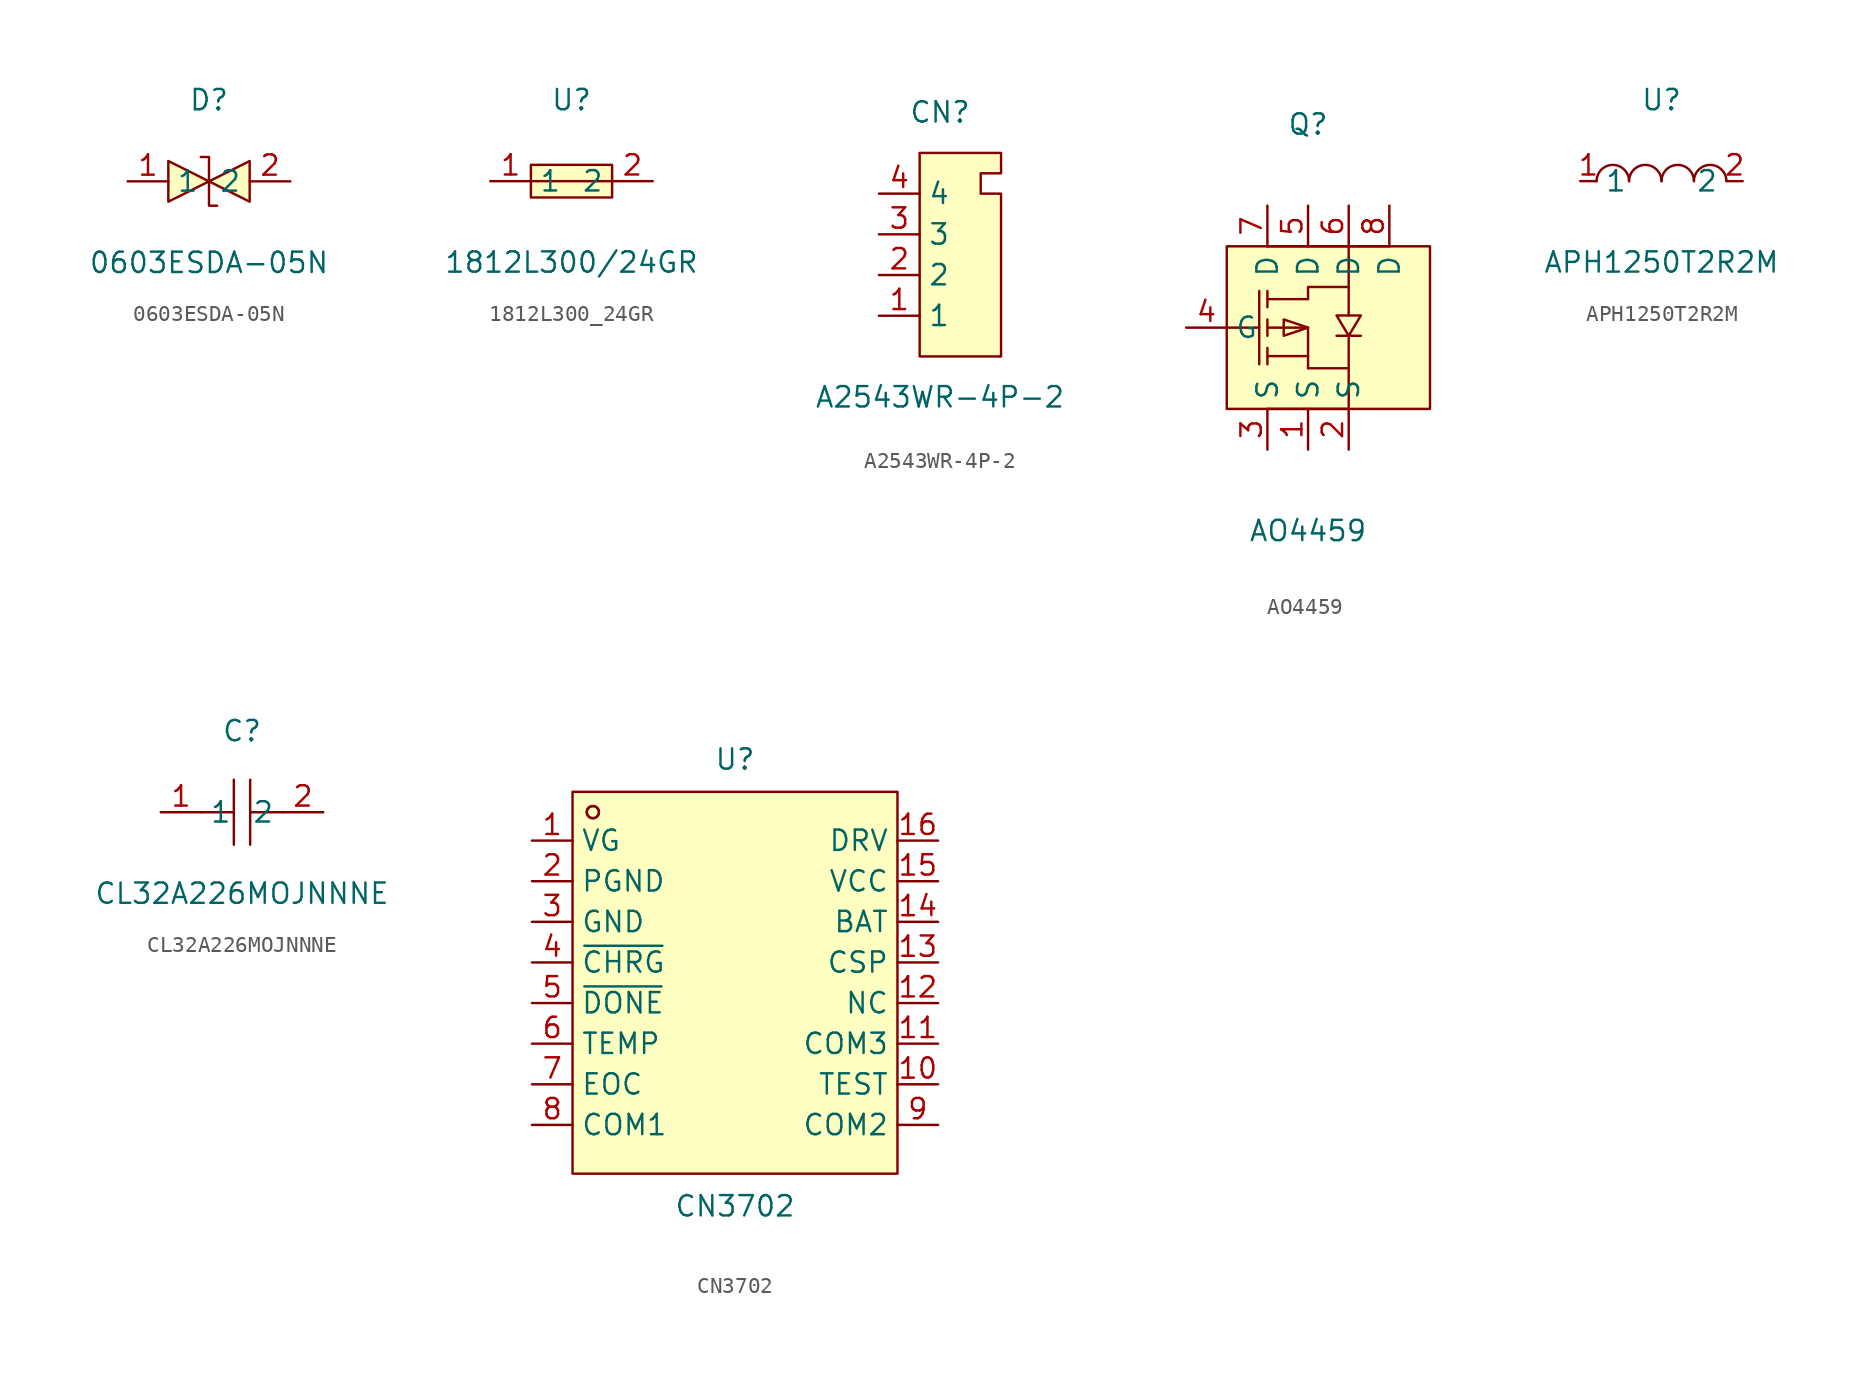
<source format=kicad_sym>
(kicad_symbol_lib
  (version 20241209)
  (generator "kicad_symbol_editor")
  (generator_version "9.0")
  (symbol "0603ESDA-05N"
    (property "Reference" "D"
      (at 0 5.08 0)
      (effects (font (size 1.27 1.27))))
    (property "Value" "0603ESDA-05N"
      (at 0 -5.08 0)
      (effects (font (size 1.27 1.27))))
    (symbol "0603ESDA-05N_0_1"
      (polyline (pts (xy -2.54 1.27) (xy 0 0) (xy -2.54 -1.27) (xy -2.54 1.27)) (stroke (width 0) (type default)) (fill (type background)))
      (polyline (pts (xy -0.51 1.52) (xy -0.51 1.52) (xy 0 1.52) (xy 0 -1.52) (xy 0.51 -1.52) (xy 0.51 -1.52)) (stroke (width 0) (type default)) (fill (type none)))
      (polyline (pts (xy 2.54 1.27) (xy 0 0) (xy 2.54 -1.27) (xy 2.54 1.27)) (stroke (width 0) (type default)) (fill (type background)))
      (pin unspecified line (at -5.08 0 0) (length 2.54) (name "1" (effects (font (size 1.27 1.27)))) (number "1" (effects (font (size 1.27 1.27)))))
      (pin unspecified line (at 5.08 0 180) (length 2.54) (name "2" (effects (font (size 1.27 1.27)))) (number "2" (effects (font (size 1.27 1.27)))))))
  (symbol "1812L300_24GR"
    (property "Reference" "U"
      (at 0 5.08 0)
      (effects (font (size 1.27 1.27))))
    (property "Value" "1812L300/24GR"
      (at 0 -5.08 0)
      (effects (font (size 1.27 1.27))))
    (symbol "1812L300_24GR_0_1"
      (rectangle (start -2.54 1.02) (end 2.54 -1.02) (stroke (width 0) (type default)) (fill (type background)))
      (polyline (pts (xy -2.54 0) (xy 2.54 0)) (stroke (width 0) (type default)) (fill (type none)))
      (pin unspecified line (at -5.08 0 0) (length 2.54) (name "1" (effects (font (size 1.27 1.27)))) (number "1" (effects (font (size 1.27 1.27)))))
      (pin unspecified line (at 5.08 0 180) (length 2.54) (name "2" (effects (font (size 1.27 1.27)))) (number "2" (effects (font (size 1.27 1.27)))))))
  (symbol "A2543WR-4P-2"
    (property "Reference" "CN"
      (at 0 8.89 0)
      (effects (font (size 1.27 1.27))))
    (property "Value" "A2543WR-4P-2"
      (at 0 -8.89 0)
      (effects (font (size 1.27 1.27))))
    (symbol "A2543WR-4P-2_0_1"
      (polyline (pts (xy -1.27 6.35) (xy -1.27 -6.35) (xy 3.81 -6.35) (xy 3.81 3.81) (xy 2.54 3.81) (xy 2.54 5.08) (xy 3.81 5.08) (xy 3.81 6.35) (xy -1.27 6.35)) (stroke (width 0) (type default)) (fill (type background)))
      (pin unspecified line (at -3.81 3.81 0) (length 2.54) (name "4" (effects (font (size 1.27 1.27)))) (number "4" (effects (font (size 1.27 1.27)))))
      (pin unspecified line (at -3.81 1.27 0) (length 2.54) (name "3" (effects (font (size 1.27 1.27)))) (number "3" (effects (font (size 1.27 1.27)))))
      (pin unspecified line (at -3.81 -1.27 0) (length 2.54) (name "2" (effects (font (size 1.27 1.27)))) (number "2" (effects (font (size 1.27 1.27)))))
      (pin unspecified line (at -3.81 -3.81 0) (length 2.54) (name "1" (effects (font (size 1.27 1.27)))) (number "1" (effects (font (size 1.27 1.27)))))))
  (symbol "AO4459"
    (property "Reference" "Q"
      (at 0 12.7 0)
      (effects (font (size 1.27 1.27))))
    (property "Value" "AO4459"
      (at 0 -12.7 0)
      (effects (font (size 1.27 1.27))))
    (symbol "AO4459_0_1"
      (rectangle (start -5.08 5.08) (end 7.62 -5.08) (stroke (width 0) (type default)) (fill (type background)))
      (polyline (pts (xy -5.08 0) (xy -3.05 0)) (stroke (width 0) (type default)) (fill (type none)))
      (polyline (pts (xy -3.05 2.29) (xy -3.05 -2.29)) (stroke (width 0) (type default)) (fill (type none)))
      (polyline (pts (xy -2.54 1.27) (xy -2.54 2.29)) (stroke (width 0) (type default)) (fill (type none)))
      (polyline (pts (xy -2.54 0) (xy 0 0) (xy 0 -2.54)) (stroke (width 0) (type default)) (fill (type none)))
      (polyline (pts (xy -2.54 -0.51) (xy -2.54 0.51)) (stroke (width 0) (type default)) (fill (type none)))
      (polyline (pts (xy -2.54 -2.29) (xy -2.54 -1.27)) (stroke (width 0) (type default)) (fill (type none)))
      (polyline (pts (xy 0 1.78) (xy -2.54 1.78)) (stroke (width 0) (type default)) (fill (type none)))
      (polyline (pts (xy 0 1.78) (xy 0 2.54) (xy 2.54 2.54) (xy 2.54 0.76)) (stroke (width 0) (type default)) (fill (type none)))
      (polyline (pts (xy 0 0) (xy -1.52 0.51) (xy -1.52 -0.51) (xy 0 0)) (stroke (width 0) (type default)) (fill (type background)))
      (polyline (pts (xy 0 -1.78) (xy -2.54 -1.78)) (stroke (width 0) (type default)) (fill (type none)))
      (polyline (pts (xy 0 -2.54) (xy 2.54 -2.54) (xy 2.54 -0.51)) (stroke (width 0) (type default)) (fill (type none)))
      (polyline (pts (xy 2.54 2.54) (xy 2.54 5.08)) (stroke (width 0) (type default)) (fill (type none)))
      (polyline (pts (xy 2.54 -0.51) (xy 3.3 0.76) (xy 1.78 0.76) (xy 2.54 -0.51)) (stroke (width 0) (type default)) (fill (type background)))
      (polyline (pts (xy 2.54 -5.08) (xy -2.54 -5.08)) (stroke (width 0) (type default)) (fill (type none)))
      (polyline (pts (xy 2.54 -5.08) (xy 2.54 -2.54)) (stroke (width 0) (type default)) (fill (type none)))
      (polyline (pts (xy 3.3 -0.51) (xy 3.05 -0.51) (xy 2.03 -0.51) (xy 1.78 -0.51)) (stroke (width 0) (type default)) (fill (type none)))
      (polyline (pts (xy 5.08 5.08) (xy -2.54 5.08)) (stroke (width 0) (type default)) (fill (type none)))
      (pin unspecified line (at -7.62 0 0) (length 2.54) (name "G" (effects (font (size 1.27 1.27)))) (number "4" (effects (font (size 1.27 1.27)))))
      (pin unspecified line (at -2.54 7.62 270) (length 2.54) (name "D" (effects (font (size 1.27 1.27)))) (number "7" (effects (font (size 1.27 1.27)))))
      (pin unspecified line (at -2.54 -7.62 90) (length 2.54) (name "S" (effects (font (size 1.27 1.27)))) (number "3" (effects (font (size 1.27 1.27)))))
      (pin unspecified line (at 0 7.62 270) (length 2.54) (name "D" (effects (font (size 1.27 1.27)))) (number "5" (effects (font (size 1.27 1.27)))))
      (pin unspecified line (at 0 -7.62 90) (length 2.54) (name "S" (effects (font (size 1.27 1.27)))) (number "1" (effects (font (size 1.27 1.27)))))
      (pin unspecified line (at 2.54 7.62 270) (length 2.54) (name "D" (effects (font (size 1.27 1.27)))) (number "6" (effects (font (size 1.27 1.27)))))
      (pin unspecified line (at 2.54 -7.62 90) (length 2.54) (name "S" (effects (font (size 1.27 1.27)))) (number "2" (effects (font (size 1.27 1.27)))))
      (pin unspecified line (at 5.08 7.62 270) (length 2.54) (name "D" (effects (font (size 1.27 1.27)))) (number "8" (effects (font (size 1.27 1.27)))))))
  (symbol "APH1250T2R2M"
    (property "Reference" "U"
      (at 0 5.08 0)
      (effects (font (size 1.27 1.27))))
    (property "Value" "APH1250T2R2M"
      (at 0 -5.08 0)
      (effects (font (size 1.27 1.27))))
    (symbol "APH1250T2R2M_0_1"
      (arc (start -4.06 -0.01) (mid -2.83 0.99) (end -2.03 0.01) (stroke (width 0) (type default)) (fill (type none)))
      (arc (start -2.03 -0.01) (mid -0.8 0.99) (end 0 0.01) (stroke (width 0) (type default)) (fill (type none)))
      (arc (start 0 -0.01) (mid 1.23 0.99) (end 2.03 0.01) (stroke (width 0) (type default)) (fill (type none)))
      (arc (start 2.03 -0.01) (mid 3.26 0.99) (end 4.06 0.01) (stroke (width 0) (type default)) (fill (type none)))
      (pin unspecified line (at -5.08 0 0) (length 1.016) (name "1" (effects (font (size 1.27 1.27)))) (number "1" (effects (font (size 1.27 1.27)))))
      (pin unspecified line (at 5.08 0 180) (length 1.016) (name "2" (effects (font (size 1.27 1.27)))) (number "2" (effects (font (size 1.27 1.27)))))))
  (symbol "CL32A226MOJNNNE"
    (property "Reference" "C"
      (at 0 5.08 0)
      (effects (font (size 1.27 1.27))))
    (property "Value" "CL32A226MOJNNNE"
      (at 0 -5.08 0)
      (effects (font (size 1.27 1.27))))
    (symbol "CL32A226MOJNNNE_0_1"
      (polyline (pts (xy -0.51 0) (xy -2.54 0)) (stroke (width 0) (type default)) (fill (type none)))
      (polyline (pts (xy -0.51 -2.03) (xy -0.51 2.03)) (stroke (width 0) (type default)) (fill (type none)))
      (polyline (pts (xy 0.51 2.03) (xy 0.51 -2.03)) (stroke (width 0) (type default)) (fill (type none)))
      (polyline (pts (xy 2.54 0) (xy 0.51 0)) (stroke (width 0) (type default)) (fill (type none)))
      (pin unspecified line (at -5.08 0 0) (length 2.54) (name "1" (effects (font (size 1.27 1.27)))) (number "1" (effects (font (size 1.27 1.27)))))
      (pin unspecified line (at 5.08 0 180) (length 2.54) (name "2" (effects (font (size 1.27 1.27)))) (number "2" (effects (font (size 1.27 1.27)))))))
  (symbol "CN3702"
    (property "Reference" "U"
      (at 0 13.97 0)
      (effects (font (size 1.27 1.27))))
    (property "Value" "CN3702"
      (at 0 -13.97 0)
      (effects (font (size 1.27 1.27))))
    (symbol "CN3702_0_1"
      (rectangle (start -10.16 11.94) (end 10.16 -11.94) (stroke (width 0) (type default)) (fill (type background)))
      (circle (center -8.89 10.67) (radius 0.38) (stroke (width 0) (type default)) (fill (type none)))
      (circle (center -8.89 10.67) (radius 0.38) (stroke (width 0) (type default)) (fill (type none)))
      (pin unspecified line (at -12.7 8.89 0) (length 2.54) (name "VG" (effects (font (size 1.27 1.27)))) (number "1" (effects (font (size 1.27 1.27)))))
      (pin unspecified line (at -12.7 6.35 0) (length 2.54) (name "PGND" (effects (font (size 1.27 1.27)))) (number "2" (effects (font (size 1.27 1.27)))))
      (pin unspecified line (at -12.7 3.81 0) (length 2.54) (name "GND" (effects (font (size 1.27 1.27)))) (number "3" (effects (font (size 1.27 1.27)))))
      (pin unspecified line (at -12.7 1.27 0) (length 2.54) (name "~{CHRG}" (effects (font (size 1.27 1.27)))) (number "4" (effects (font (size 1.27 1.27)))))
      (pin unspecified line (at -12.7 -1.27 0) (length 2.54) (name "~{DONE}" (effects (font (size 1.27 1.27)))) (number "5" (effects (font (size 1.27 1.27)))))
      (pin unspecified line (at -12.7 -3.81 0) (length 2.54) (name "TEMP" (effects (font (size 1.27 1.27)))) (number "6" (effects (font (size 1.27 1.27)))))
      (pin unspecified line (at -12.7 -6.35 0) (length 2.54) (name "EOC" (effects (font (size 1.27 1.27)))) (number "7" (effects (font (size 1.27 1.27)))))
      (pin unspecified line (at -12.7 -8.89 0) (length 2.54) (name "COM1" (effects (font (size 1.27 1.27)))) (number "8" (effects (font (size 1.27 1.27)))))
      (pin unspecified line (at 12.7 8.89 180) (length 2.54) (name "DRV" (effects (font (size 1.27 1.27)))) (number "16" (effects (font (size 1.27 1.27)))))
      (pin unspecified line (at 12.7 6.35 180) (length 2.54) (name "VCC" (effects (font (size 1.27 1.27)))) (number "15" (effects (font (size 1.27 1.27)))))
      (pin unspecified line (at 12.7 3.81 180) (length 2.54) (name "BAT" (effects (font (size 1.27 1.27)))) (number "14" (effects (font (size 1.27 1.27)))))
      (pin unspecified line (at 12.7 1.27 180) (length 2.54) (name "CSP" (effects (font (size 1.27 1.27)))) (number "13" (effects (font (size 1.27 1.27)))))
      (pin unspecified line (at 12.7 -1.27 180) (length 2.54) (name "NC" (effects (font (size 1.27 1.27)))) (number "12" (effects (font (size 1.27 1.27)))))
      (pin unspecified line (at 12.7 -3.81 180) (length 2.54) (name "COM3" (effects (font (size 1.27 1.27)))) (number "11" (effects (font (size 1.27 1.27)))))
      (pin unspecified line (at 12.7 -6.35 180) (length 2.54) (name "TEST" (effects (font (size 1.27 1.27)))) (number "10" (effects (font (size 1.27 1.27)))))
      (pin unspecified line (at 12.7 -8.89 180) (length 2.54) (name "COM2" (effects (font (size 1.27 1.27)))) (number "9" (effects (font (size 1.27 1.27))))))))
</source>
